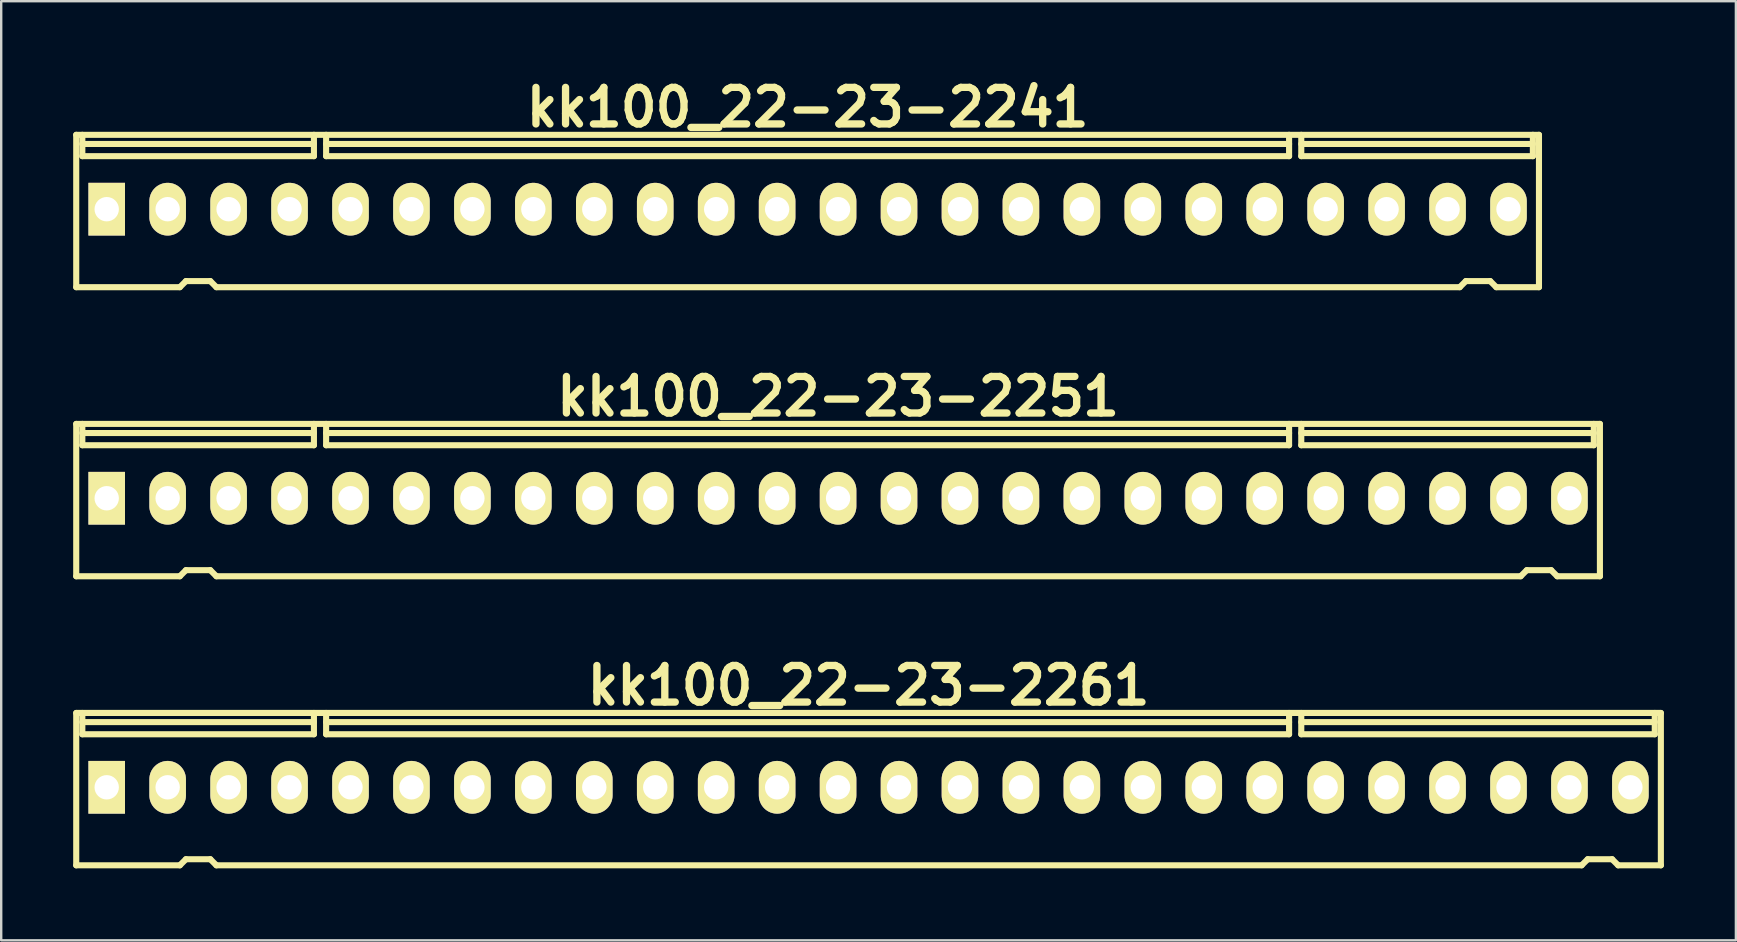
<source format=kicad_pcb>
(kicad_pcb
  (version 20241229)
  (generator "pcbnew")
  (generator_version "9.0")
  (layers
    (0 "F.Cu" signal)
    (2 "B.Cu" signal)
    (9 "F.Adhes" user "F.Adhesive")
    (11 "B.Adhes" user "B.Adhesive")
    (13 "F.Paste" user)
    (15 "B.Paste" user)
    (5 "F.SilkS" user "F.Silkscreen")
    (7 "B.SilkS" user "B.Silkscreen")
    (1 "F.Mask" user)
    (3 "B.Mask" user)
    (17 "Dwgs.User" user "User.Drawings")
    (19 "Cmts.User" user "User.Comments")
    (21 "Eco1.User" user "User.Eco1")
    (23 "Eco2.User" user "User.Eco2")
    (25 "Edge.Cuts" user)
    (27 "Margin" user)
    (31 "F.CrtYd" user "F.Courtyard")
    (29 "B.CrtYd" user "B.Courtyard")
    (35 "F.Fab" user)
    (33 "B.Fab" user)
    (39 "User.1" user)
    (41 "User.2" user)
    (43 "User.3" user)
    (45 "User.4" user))
  (footprint "kk100_22-23-2241"
    (layer "F.Cu")
    (at 30.607 5.744)
    (property "Reference" "kk100_22-23-2241" (at 0 -4.318 0) (layer "F.SilkS") (effects (font (size 1.524 1.524) (thickness 0.305))))
    (attr through_hole)
    (fp_line (start -30.48 3.175) (end -30.48 -3.175) (stroke (width 0.254) (type solid)) (layer "F.SilkS"))
    (fp_line (start -30.226 -2.286) (end -30.226 -3.175) (stroke (width 0.254) (type solid)) (layer "F.SilkS"))
    (fp_line (start -26.162 3.175) (end -30.48 3.175) (stroke (width 0.254) (type solid)) (layer "F.SilkS"))
    (fp_line (start -25.908 2.921) (end -26.162 3.175) (stroke (width 0.254) (type solid)) (layer "F.SilkS"))
    (fp_line (start -25.908 2.921) (end -24.892 2.921) (stroke (width 0.254) (type solid)) (layer "F.SilkS"))
    (fp_line (start -24.892 2.921) (end -24.638 3.175) (stroke (width 0.254) (type solid)) (layer "F.SilkS"))
    (fp_line (start -24.638 3.175) (end 27.178 3.175) (stroke (width 0.254) (type solid)) (layer "F.SilkS"))
    (fp_line (start -20.574 -2.794) (end -30.226 -2.794) (stroke (width 0.254) (type solid)) (layer "F.SilkS"))
    (fp_line (start -20.574 -2.286) (end -30.226 -2.286) (stroke (width 0.254) (type solid)) (layer "F.SilkS"))
    (fp_line (start -20.574 -2.286) (end -20.574 -3.175) (stroke (width 0.254) (type solid)) (layer "F.SilkS"))
    (fp_line (start -20.066 -2.286) (end -20.066 -3.175) (stroke (width 0.254) (type solid)) (layer "F.SilkS"))
    (fp_line (start -20.066 -2.286) (end 20.066 -2.286) (stroke (width 0.254) (type solid)) (layer "F.SilkS"))
    (fp_line (start 20.066 -2.794) (end -20.066 -2.794) (stroke (width 0.254) (type solid)) (layer "F.SilkS"))
    (fp_line (start 20.066 -2.286) (end 20.066 -3.175) (stroke (width 0.254) (type solid)) (layer "F.SilkS"))
    (fp_line (start 20.574 -2.794) (end 30.226 -2.794) (stroke (width 0.254) (type solid)) (layer "F.SilkS"))
    (fp_line (start 20.574 -2.286) (end 20.574 -3.175) (stroke (width 0.254) (type solid)) (layer "F.SilkS"))
    (fp_line (start 20.574 -2.286) (end 30.226 -2.286) (stroke (width 0.254) (type solid)) (layer "F.SilkS"))
    (fp_line (start 27.432 2.921) (end 27.178 3.175) (stroke (width 0.254) (type solid)) (layer "F.SilkS"))
    (fp_line (start 27.432 2.921) (end 28.448 2.921) (stroke (width 0.254) (type solid)) (layer "F.SilkS"))
    (fp_line (start 28.448 2.921) (end 28.702 3.175) (stroke (width 0.254) (type solid)) (layer "F.SilkS"))
    (fp_line (start 28.702 3.175) (end 30.48 3.175) (stroke (width 0.254) (type solid)) (layer "F.SilkS"))
    (fp_line (start 30.226 -2.286) (end 30.226 -3.175) (stroke (width 0.254) (type solid)) (layer "F.SilkS"))
    (fp_line (start 30.48 -3.175) (end -30.48 -3.175) (stroke (width 0.254) (type solid)) (layer "F.SilkS"))
    (fp_line (start 30.48 -3.175) (end 30.48 3.175) (stroke (width 0.254) (type solid)) (layer "F.SilkS"))
    (pad "1" thru_hole rect (at -29.21 -0.076) (size 1.524 2.197) (drill 1.016) (layers "*.Cu" "*.Mask" "F.SilkS"))
    (pad "2" thru_hole oval (at -26.67 -0.076) (size 1.524 2.197) (drill 1.016) (layers "*.Cu" "*.Mask" "F.SilkS"))
    (pad "3" thru_hole oval (at -24.13 -0.076) (size 1.524 2.197) (drill 1.016) (layers "*.Cu" "*.Mask" "F.SilkS"))
    (pad "4" thru_hole oval (at -21.59 -0.076) (size 1.524 2.197) (drill 1.016) (layers "*.Cu" "*.Mask" "F.SilkS"))
    (pad "5" thru_hole oval (at -19.05 -0.076) (size 1.524 2.197) (drill 1.016) (layers "*.Cu" "*.Mask" "F.SilkS"))
    (pad "6" thru_hole oval (at -16.51 -0.076) (size 1.524 2.197) (drill 1.016) (layers "*.Cu" "*.Mask" "F.SilkS"))
    (pad "7" thru_hole oval (at -13.97 -0.076) (size 1.524 2.197) (drill 1.016) (layers "*.Cu" "*.Mask" "F.SilkS"))
    (pad "8" thru_hole oval (at -11.43 -0.076) (size 1.524 2.197) (drill 1.016) (layers "*.Cu" "*.Mask" "F.SilkS"))
    (pad "9" thru_hole oval (at -8.89 -0.076) (size 1.524 2.197) (drill 1.016) (layers "*.Cu" "*.Mask" "F.SilkS"))
    (pad "10" thru_hole oval (at -6.35 -0.076) (size 1.524 2.197) (drill 1.016) (layers "*.Cu" "*.Mask" "F.SilkS"))
    (pad "11" thru_hole oval (at -3.81 -0.076) (size 1.524 2.197) (drill 1.016) (layers "*.Cu" "*.Mask" "F.SilkS"))
    (pad "12" thru_hole oval (at -1.27 -0.076) (size 1.524 2.197) (drill 1.016) (layers "*.Cu" "*.Mask" "F.SilkS"))
    (pad "13" thru_hole oval (at 1.27 -0.076) (size 1.524 2.197) (drill 1.016) (layers "*.Cu" "*.Mask" "F.SilkS"))
    (pad "14" thru_hole oval (at 3.81 -0.076) (size 1.524 2.197) (drill 1.016) (layers "*.Cu" "*.Mask" "F.SilkS"))
    (pad "15" thru_hole oval (at 6.35 -0.076) (size 1.524 2.197) (drill 1.016) (layers "*.Cu" "*.Mask" "F.SilkS"))
    (pad "16" thru_hole oval (at 8.89 -0.076) (size 1.524 2.197) (drill 1.016) (layers "*.Cu" "*.Mask" "F.SilkS"))
    (pad "17" thru_hole oval (at 11.43 -0.076) (size 1.524 2.197) (drill 1.016) (layers "*.Cu" "*.Mask" "F.SilkS"))
    (pad "18" thru_hole oval (at 13.97 -0.076) (size 1.524 2.197) (drill 1.016) (layers "*.Cu" "*.Mask" "F.SilkS"))
    (pad "19" thru_hole oval (at 16.51 -0.076) (size 1.524 2.197) (drill 1.016) (layers "*.Cu" "*.Mask" "F.SilkS"))
    (pad "20" thru_hole oval (at 19.05 -0.076) (size 1.524 2.197) (drill 1.016) (layers "*.Cu" "*.Mask" "F.SilkS"))
    (pad "21" thru_hole oval (at 21.59 -0.076) (size 1.524 2.197) (drill 1.016) (layers "*.Cu" "*.Mask" "F.SilkS"))
    (pad "22" thru_hole oval (at 24.13 -0.076) (size 1.524 2.197) (drill 1.016) (layers "*.Cu" "*.Mask" "F.SilkS"))
    (pad "23" thru_hole oval (at 26.67 -0.076) (size 1.524 2.197) (drill 1.016) (layers "*.Cu" "*.Mask" "F.SilkS"))
    (pad "24" thru_hole oval (at 29.21 -0.076) (size 1.524 2.197) (drill 1.016) (layers "*.Cu" "*.Mask" "F.SilkS")))
  (footprint "kk100_22-23-2261"
    (layer "F.Cu")
    (at 33.147 29.837)
    (property "Reference" "kk100_22-23-2261" (at 0 -4.318 0) (layer "F.SilkS") (effects (font (size 1.524 1.524) (thickness 0.305))))
    (attr through_hole)
    (fp_line (start -33.02 3.175) (end -33.02 -3.175) (stroke (width 0.254) (type solid)) (layer "F.SilkS"))
    (fp_line (start -32.766 -2.286) (end -32.766 -3.175) (stroke (width 0.254) (type solid)) (layer "F.SilkS"))
    (fp_line (start -28.702 3.175) (end -33.02 3.175) (stroke (width 0.254) (type solid)) (layer "F.SilkS"))
    (fp_line (start -28.448 2.921) (end -28.702 3.175) (stroke (width 0.254) (type solid)) (layer "F.SilkS"))
    (fp_line (start -28.448 2.921) (end -27.432 2.921) (stroke (width 0.254) (type solid)) (layer "F.SilkS"))
    (fp_line (start -27.432 2.921) (end -27.178 3.175) (stroke (width 0.254) (type solid)) (layer "F.SilkS"))
    (fp_line (start -23.114 -2.794) (end -32.766 -2.794) (stroke (width 0.254) (type solid)) (layer "F.SilkS"))
    (fp_line (start -23.114 -2.286) (end -32.766 -2.286) (stroke (width 0.254) (type solid)) (layer "F.SilkS"))
    (fp_line (start -23.114 -2.286) (end -23.114 -3.175) (stroke (width 0.254) (type solid)) (layer "F.SilkS"))
    (fp_line (start -22.606 -2.286) (end -22.606 -3.175) (stroke (width 0.254) (type solid)) (layer "F.SilkS"))
    (fp_line (start -22.606 -2.286) (end 17.526 -2.286) (stroke (width 0.254) (type solid)) (layer "F.SilkS"))
    (fp_line (start 17.526 -2.794) (end -22.606 -2.794) (stroke (width 0.254) (type solid)) (layer "F.SilkS"))
    (fp_line (start 17.526 -2.286) (end 17.526 -3.175) (stroke (width 0.254) (type solid)) (layer "F.SilkS"))
    (fp_line (start 18.034 -2.794) (end 32.766 -2.794) (stroke (width 0.254) (type solid)) (layer "F.SilkS"))
    (fp_line (start 18.034 -2.286) (end 18.034 -3.175) (stroke (width 0.254) (type solid)) (layer "F.SilkS"))
    (fp_line (start 29.718 3.175) (end -27.178 3.175) (stroke (width 0.254) (type solid)) (layer "F.SilkS"))
    (fp_line (start 29.972 2.921) (end 29.718 3.175) (stroke (width 0.254) (type solid)) (layer "F.SilkS"))
    (fp_line (start 29.972 2.921) (end 30.988 2.921) (stroke (width 0.254) (type solid)) (layer "F.SilkS"))
    (fp_line (start 30.988 2.921) (end 31.242 3.175) (stroke (width 0.254) (type solid)) (layer "F.SilkS"))
    (fp_line (start 31.242 3.175) (end 33.02 3.175) (stroke (width 0.254) (type solid)) (layer "F.SilkS"))
    (fp_line (start 32.766 -2.286) (end 18.034 -2.286) (stroke (width 0.254) (type solid)) (layer "F.SilkS"))
    (fp_line (start 32.766 -2.286) (end 32.766 -3.175) (stroke (width 0.254) (type solid)) (layer "F.SilkS"))
    (fp_line (start 33.02 -3.175) (end -33.02 -3.175) (stroke (width 0.254) (type solid)) (layer "F.SilkS"))
    (fp_line (start 33.02 -3.175) (end 33.02 3.175) (stroke (width 0.254) (type solid)) (layer "F.SilkS"))
    (pad "1" thru_hole rect (at -31.75 -0.076) (size 1.524 2.197) (drill 1.016) (layers "*.Cu" "*.Mask" "F.SilkS"))
    (pad "2" thru_hole oval (at -29.21 -0.076) (size 1.524 2.197) (drill 1.016) (layers "*.Cu" "*.Mask" "F.SilkS"))
    (pad "3" thru_hole oval (at -26.67 -0.076) (size 1.524 2.197) (drill 1.016) (layers "*.Cu" "*.Mask" "F.SilkS"))
    (pad "4" thru_hole oval (at -24.13 -0.076) (size 1.524 2.197) (drill 1.016) (layers "*.Cu" "*.Mask" "F.SilkS"))
    (pad "5" thru_hole oval (at -21.59 -0.076) (size 1.524 2.197) (drill 1.016) (layers "*.Cu" "*.Mask" "F.SilkS"))
    (pad "6" thru_hole oval (at -19.05 -0.076) (size 1.524 2.197) (drill 1.016) (layers "*.Cu" "*.Mask" "F.SilkS"))
    (pad "7" thru_hole oval (at -16.51 -0.076) (size 1.524 2.197) (drill 1.016) (layers "*.Cu" "*.Mask" "F.SilkS"))
    (pad "8" thru_hole oval (at -13.97 -0.076) (size 1.524 2.197) (drill 1.016) (layers "*.Cu" "*.Mask" "F.SilkS"))
    (pad "9" thru_hole oval (at -11.43 -0.076) (size 1.524 2.197) (drill 1.016) (layers "*.Cu" "*.Mask" "F.SilkS"))
    (pad "10" thru_hole oval (at -8.89 -0.076) (size 1.524 2.197) (drill 1.016) (layers "*.Cu" "*.Mask" "F.SilkS"))
    (pad "11" thru_hole oval (at -6.35 -0.076) (size 1.524 2.197) (drill 1.016) (layers "*.Cu" "*.Mask" "F.SilkS"))
    (pad "12" thru_hole oval (at -3.81 -0.076) (size 1.524 2.197) (drill 1.016) (layers "*.Cu" "*.Mask" "F.SilkS"))
    (pad "13" thru_hole oval (at -1.27 -0.076) (size 1.524 2.197) (drill 1.016) (layers "*.Cu" "*.Mask" "F.SilkS"))
    (pad "14" thru_hole oval (at 1.27 -0.076) (size 1.524 2.197) (drill 1.016) (layers "*.Cu" "*.Mask" "F.SilkS"))
    (pad "15" thru_hole oval (at 3.81 -0.076) (size 1.524 2.197) (drill 1.016) (layers "*.Cu" "*.Mask" "F.SilkS"))
    (pad "16" thru_hole oval (at 6.35 -0.076) (size 1.524 2.197) (drill 1.016) (layers "*.Cu" "*.Mask" "F.SilkS"))
    (pad "17" thru_hole oval (at 8.89 -0.076) (size 1.524 2.197) (drill 1.016) (layers "*.Cu" "*.Mask" "F.SilkS"))
    (pad "18" thru_hole oval (at 11.43 -0.076) (size 1.524 2.197) (drill 1.016) (layers "*.Cu" "*.Mask" "F.SilkS"))
    (pad "19" thru_hole oval (at 13.97 -0.076) (size 1.524 2.197) (drill 1.016) (layers "*.Cu" "*.Mask" "F.SilkS"))
    (pad "20" thru_hole oval (at 16.51 -0.076) (size 1.524 2.197) (drill 1.016) (layers "*.Cu" "*.Mask" "F.SilkS"))
    (pad "21" thru_hole oval (at 19.05 -0.076) (size 1.524 2.197) (drill 1.016) (layers "*.Cu" "*.Mask" "F.SilkS"))
    (pad "22" thru_hole oval (at 21.59 -0.076) (size 1.524 2.197) (drill 1.016) (layers "*.Cu" "*.Mask" "F.SilkS"))
    (pad "23" thru_hole oval (at 24.13 -0.076) (size 1.524 2.197) (drill 1.016) (layers "*.Cu" "*.Mask" "F.SilkS"))
    (pad "24" thru_hole oval (at 26.67 -0.076) (size 1.524 2.197) (drill 1.016) (layers "*.Cu" "*.Mask" "F.SilkS"))
    (pad "25" thru_hole oval (at 29.21 -0.076) (size 1.524 2.197) (drill 1.016) (layers "*.Cu" "*.Mask" "F.SilkS"))
    (pad "26" thru_hole oval (at 31.75 -0.076) (size 1.524 2.197) (drill 1.016) (layers "*.Cu" "*.Mask" "F.SilkS")))
  (footprint "kk100_22-23-2251"
    (layer "F.Cu")
    (at 31.877 17.791)
    (property "Reference" "kk100_22-23-2251" (at 0 -4.318 0) (layer "F.SilkS") (effects (font (size 1.524 1.524) (thickness 0.305))))
    (attr through_hole)
    (fp_line (start -31.75 -3.175) (end 31.75 -3.175) (stroke (width 0.254) (type solid)) (layer "F.SilkS"))
    (fp_line (start -31.75 3.175) (end -31.75 -3.175) (stroke (width 0.254) (type solid)) (layer "F.SilkS"))
    (fp_line (start -31.496 -2.286) (end -31.496 -3.175) (stroke (width 0.254) (type solid)) (layer "F.SilkS"))
    (fp_line (start -27.432 3.175) (end -31.75 3.175) (stroke (width 0.254) (type solid)) (layer "F.SilkS"))
    (fp_line (start -27.178 2.921) (end -27.432 3.175) (stroke (width 0.254) (type solid)) (layer "F.SilkS"))
    (fp_line (start -27.178 2.921) (end -26.162 2.921) (stroke (width 0.254) (type solid)) (layer "F.SilkS"))
    (fp_line (start -26.162 2.921) (end -25.908 3.175) (stroke (width 0.254) (type solid)) (layer "F.SilkS"))
    (fp_line (start -21.844 -2.794) (end -31.496 -2.794) (stroke (width 0.254) (type solid)) (layer "F.SilkS"))
    (fp_line (start -21.844 -2.286) (end -31.496 -2.286) (stroke (width 0.254) (type solid)) (layer "F.SilkS"))
    (fp_line (start -21.844 -2.286) (end -21.844 -3.175) (stroke (width 0.254) (type solid)) (layer "F.SilkS"))
    (fp_line (start -21.336 -2.286) (end -21.336 -3.175) (stroke (width 0.254) (type solid)) (layer "F.SilkS"))
    (fp_line (start -21.336 -2.286) (end 18.796 -2.286) (stroke (width 0.254) (type solid)) (layer "F.SilkS"))
    (fp_line (start 18.796 -2.794) (end -21.336 -2.794) (stroke (width 0.254) (type solid)) (layer "F.SilkS"))
    (fp_line (start 18.796 -2.286) (end 18.796 -3.175) (stroke (width 0.254) (type solid)) (layer "F.SilkS"))
    (fp_line (start 19.304 -2.794) (end 31.496 -2.794) (stroke (width 0.254) (type solid)) (layer "F.SilkS"))
    (fp_line (start 19.304 -2.286) (end 19.304 -3.175) (stroke (width 0.254) (type solid)) (layer "F.SilkS"))
    (fp_line (start 19.304 -2.286) (end 31.496 -2.286) (stroke (width 0.254) (type solid)) (layer "F.SilkS"))
    (fp_line (start 28.448 3.175) (end -25.908 3.175) (stroke (width 0.254) (type solid)) (layer "F.SilkS"))
    (fp_line (start 28.702 2.921) (end 28.448 3.175) (stroke (width 0.254) (type solid)) (layer "F.SilkS"))
    (fp_line (start 28.702 2.921) (end 29.718 2.921) (stroke (width 0.254) (type solid)) (layer "F.SilkS"))
    (fp_line (start 29.718 2.921) (end 29.972 3.175) (stroke (width 0.254) (type solid)) (layer "F.SilkS"))
    (fp_line (start 29.972 3.175) (end 31.75 3.175) (stroke (width 0.254) (type solid)) (layer "F.SilkS"))
    (fp_line (start 31.496 -2.286) (end 31.496 -3.175) (stroke (width 0.254) (type solid)) (layer "F.SilkS"))
    (fp_line (start 31.75 -3.175) (end 31.75 3.175) (stroke (width 0.254) (type solid)) (layer "F.SilkS"))
    (pad "1" thru_hole rect (at -30.48 -0.076) (size 1.524 2.197) (drill 1.016) (layers "*.Cu" "*.Mask" "F.SilkS"))
    (pad "2" thru_hole oval (at -27.94 -0.076) (size 1.524 2.197) (drill 1.016) (layers "*.Cu" "*.Mask" "F.SilkS"))
    (pad "3" thru_hole oval (at -25.4 -0.076) (size 1.524 2.197) (drill 1.016) (layers "*.Cu" "*.Mask" "F.SilkS"))
    (pad "4" thru_hole oval (at -22.86 -0.076) (size 1.524 2.197) (drill 1.016) (layers "*.Cu" "*.Mask" "F.SilkS"))
    (pad "5" thru_hole oval (at -20.32 -0.076) (size 1.524 2.197) (drill 1.016) (layers "*.Cu" "*.Mask" "F.SilkS"))
    (pad "6" thru_hole oval (at -17.78 -0.076) (size 1.524 2.197) (drill 1.016) (layers "*.Cu" "*.Mask" "F.SilkS"))
    (pad "7" thru_hole oval (at -15.24 -0.076) (size 1.524 2.197) (drill 1.016) (layers "*.Cu" "*.Mask" "F.SilkS"))
    (pad "8" thru_hole oval (at -12.7 -0.076) (size 1.524 2.197) (drill 1.016) (layers "*.Cu" "*.Mask" "F.SilkS"))
    (pad "9" thru_hole oval (at -10.16 -0.076) (size 1.524 2.197) (drill 1.016) (layers "*.Cu" "*.Mask" "F.SilkS"))
    (pad "10" thru_hole oval (at -7.62 -0.076) (size 1.524 2.197) (drill 1.016) (layers "*.Cu" "*.Mask" "F.SilkS"))
    (pad "11" thru_hole oval (at -5.08 -0.076) (size 1.524 2.197) (drill 1.016) (layers "*.Cu" "*.Mask" "F.SilkS"))
    (pad "12" thru_hole oval (at -2.54 -0.076) (size 1.524 2.197) (drill 1.016) (layers "*.Cu" "*.Mask" "F.SilkS"))
    (pad "13" thru_hole oval (at 0 -0.076) (size 1.524 2.197) (drill 1.016) (layers "*.Cu" "*.Mask" "F.SilkS"))
    (pad "14" thru_hole oval (at 2.54 -0.076) (size 1.524 2.197) (drill 1.016) (layers "*.Cu" "*.Mask" "F.SilkS"))
    (pad "15" thru_hole oval (at 5.08 -0.076) (size 1.524 2.197) (drill 1.016) (layers "*.Cu" "*.Mask" "F.SilkS"))
    (pad "16" thru_hole oval (at 7.62 -0.076) (size 1.524 2.197) (drill 1.016) (layers "*.Cu" "*.Mask" "F.SilkS"))
    (pad "17" thru_hole oval (at 10.16 -0.076) (size 1.524 2.197) (drill 1.016) (layers "*.Cu" "*.Mask" "F.SilkS"))
    (pad "18" thru_hole oval (at 12.7 -0.076) (size 1.524 2.197) (drill 1.016) (layers "*.Cu" "*.Mask" "F.SilkS"))
    (pad "19" thru_hole oval (at 15.24 -0.076) (size 1.524 2.197) (drill 1.016) (layers "*.Cu" "*.Mask" "F.SilkS"))
    (pad "20" thru_hole oval (at 17.78 -0.076) (size 1.524 2.197) (drill 1.016) (layers "*.Cu" "*.Mask" "F.SilkS"))
    (pad "21" thru_hole oval (at 20.32 -0.076) (size 1.524 2.197) (drill 1.016) (layers "*.Cu" "*.Mask" "F.SilkS"))
    (pad "22" thru_hole oval (at 22.86 -0.076) (size 1.524 2.197) (drill 1.016) (layers "*.Cu" "*.Mask" "F.SilkS"))
    (pad "23" thru_hole oval (at 25.4 -0.076) (size 1.524 2.197) (drill 1.016) (layers "*.Cu" "*.Mask" "F.SilkS"))
    (pad "24" thru_hole oval (at 27.94 -0.076) (size 1.524 2.197) (drill 1.016) (layers "*.Cu" "*.Mask" "F.SilkS"))
    (pad "25" thru_hole oval (at 30.48 -0.076) (size 1.524 2.197) (drill 1.016) (layers "*.Cu" "*.Mask" "F.SilkS")))
  (gr_rect
    (start -3 -3)
    (end 69.294 36.139)
    (stroke (width 0.1) (type default))
    (fill no)
    (layer "Edge.Cuts")))
</source>
